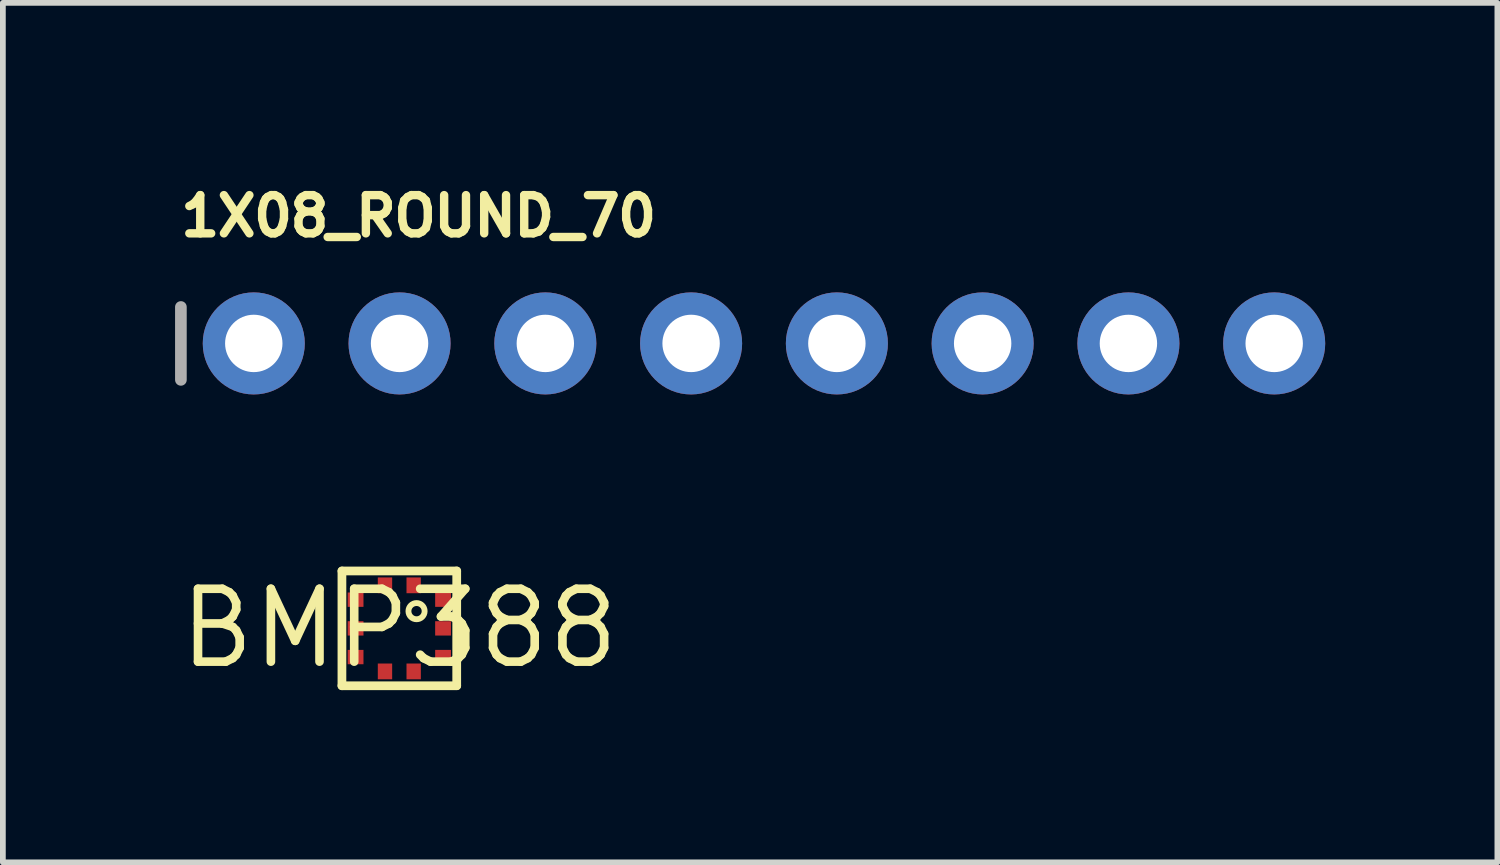
<source format=kicad_pcb>
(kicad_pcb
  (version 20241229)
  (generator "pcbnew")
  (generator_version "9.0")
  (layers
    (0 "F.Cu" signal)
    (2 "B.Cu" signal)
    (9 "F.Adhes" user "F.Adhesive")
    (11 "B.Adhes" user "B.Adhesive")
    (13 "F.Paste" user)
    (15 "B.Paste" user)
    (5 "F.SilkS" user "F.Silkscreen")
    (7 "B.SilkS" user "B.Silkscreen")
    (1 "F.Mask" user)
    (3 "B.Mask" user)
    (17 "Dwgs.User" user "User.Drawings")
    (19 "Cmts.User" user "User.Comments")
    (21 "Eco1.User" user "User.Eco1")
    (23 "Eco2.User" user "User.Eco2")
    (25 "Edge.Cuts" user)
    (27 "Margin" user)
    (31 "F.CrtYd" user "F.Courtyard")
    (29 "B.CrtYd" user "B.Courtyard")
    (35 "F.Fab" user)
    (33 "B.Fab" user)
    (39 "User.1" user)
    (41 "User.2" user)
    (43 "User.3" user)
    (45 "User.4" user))
  (footprint "BMP388"
    (layer "F.Cu")
    (at 3.908 7.899)
    (property "Reference" "BMP388" (at 0 0 0) (layer "F.SilkS") (effects (font (size 1.27 1.27) (thickness 0.15))))
    (fp_line (start -1 -1) (end 1 -1) (stroke (width 0.152) (type solid)) (layer "F.SilkS"))
    (fp_line (start -1 1) (end -1 -1) (stroke (width 0.152) (type solid)) (layer "F.SilkS"))
    (fp_line (start 1 -1) (end 1 1) (stroke (width 0.152) (type solid)) (layer "F.SilkS"))
    (fp_line (start 1 1) (end -1 1) (stroke (width 0.152) (type solid)) (layer "F.SilkS"))
    (fp_circle (center 0.3 -0.3) (end 0.441 -0.3) (stroke (width 0.102) (type solid)) (fill no) (layer "F.SilkS"))
    (pad "1" smd rect (at 0.25 -0.75 180) (size 0.25 0.275) (layers "F.Cu" "F.Mask" "F.Paste"))
    (pad "2" smd rect (at -0.25 -0.75 180) (size 0.25 0.275) (layers "F.Cu" "F.Mask" "F.Paste"))
    (pad "3" smd rect (at -0.762 -0.5 90) (size 0.25 0.275) (layers "F.Cu" "F.Mask" "F.Paste"))
    (pad "4" smd rect (at -0.762 0 90) (size 0.25 0.275) (layers "F.Cu" "F.Mask" "F.Paste"))
    (pad "5" smd rect (at -0.762 0.5 90) (size 0.25 0.275) (layers "F.Cu" "F.Mask" "F.Paste"))
    (pad "6" smd rect (at -0.25 0.75 180) (size 0.25 0.275) (layers "F.Cu" "F.Mask" "F.Paste"))
    (pad "7" smd rect (at 0.25 0.75 180) (size 0.25 0.275) (layers "F.Cu" "F.Mask" "F.Paste"))
    (pad "8" smd rect (at 0.762 0.5 90) (size 0.25 0.275) (layers "F.Cu" "F.Mask" "F.Paste"))
    (pad "9" smd rect (at 0.762 0 90) (size 0.25 0.275) (layers "F.Cu" "F.Mask" "F.Paste"))
    (pad "10" smd rect (at 0.762 -0.5 90) (size 0.25 0.275) (layers "F.Cu" "F.Mask" "F.Paste")))
  (footprint "1X08_ROUND_70"
    (layer "F.Cu")
    (at 10.262 2.934)
    (property "Reference" "1X08_ROUND_70" (at -10.236 -1.829 0) (layer "F.SilkS") (effects (font (size 0.666 0.666) (thickness 0.146)) (justify left bottom)))
    (fp_line (start -10.16 -0.635) (end -10.16 0.635) (stroke (width 0.203) (type solid)) (layer "F.Fab"))
    (fp_poly (pts (xy -9.144 0.254) (xy -8.636 0.254) (xy -8.636 -0.254) (xy -9.144 -0.254)) (stroke (width 0.1) (type default)) (fill no) (layer "F.Fab"))
    (fp_poly (pts (xy -6.604 0.254) (xy -6.096 0.254) (xy -6.096 -0.254) (xy -6.604 -0.254)) (stroke (width 0.1) (type default)) (fill no) (layer "F.Fab"))
    (fp_poly (pts (xy -4.064 0.254) (xy -3.556 0.254) (xy -3.556 -0.254) (xy -4.064 -0.254)) (stroke (width 0.1) (type default)) (fill no) (layer "F.Fab"))
    (fp_poly (pts (xy -1.524 0.254) (xy -1.016 0.254) (xy -1.016 -0.254) (xy -1.524 -0.254)) (stroke (width 0.1) (type default)) (fill no) (layer "F.Fab"))
    (fp_poly (pts (xy 1.016 0.254) (xy 1.524 0.254) (xy 1.524 -0.254) (xy 1.016 -0.254)) (stroke (width 0.1) (type default)) (fill no) (layer "F.Fab"))
    (fp_poly (pts (xy 3.556 0.254) (xy 4.064 0.254) (xy 4.064 -0.254) (xy 3.556 -0.254)) (stroke (width 0.1) (type default)) (fill no) (layer "F.Fab"))
    (fp_poly (pts (xy 6.096 0.254) (xy 6.604 0.254) (xy 6.604 -0.254) (xy 6.096 -0.254)) (stroke (width 0.1) (type default)) (fill no) (layer "F.Fab"))
    (fp_poly (pts (xy 8.636 0.254) (xy 9.144 0.254) (xy 9.144 -0.254) (xy 8.636 -0.254)) (stroke (width 0.1) (type default)) (fill no) (layer "F.Fab"))
    (pad "1" thru_hole circle (at -8.89 0 90) (size 1.778 1.778) (drill 1) (layers "*.Cu" "*.Mask"))
    (pad "2" thru_hole circle (at -6.35 0 90) (size 1.778 1.778) (drill 1) (layers "*.Cu" "*.Mask"))
    (pad "3" thru_hole circle (at -3.81 0 90) (size 1.778 1.778) (drill 1) (layers "*.Cu" "*.Mask"))
    (pad "4" thru_hole circle (at -1.27 0 90) (size 1.778 1.778) (drill 1) (layers "*.Cu" "*.Mask"))
    (pad "5" thru_hole circle (at 1.27 0 90) (size 1.778 1.778) (drill 1) (layers "*.Cu" "*.Mask"))
    (pad "6" thru_hole circle (at 3.81 0 90) (size 1.778 1.778) (drill 1) (layers "*.Cu" "*.Mask"))
    (pad "7" thru_hole circle (at 6.35 0 90) (size 1.778 1.778) (drill 1) (layers "*.Cu" "*.Mask"))
    (pad "8" thru_hole circle (at 8.89 0 90) (size 1.778 1.778) (drill 1) (layers "*.Cu" "*.Mask")))
  (gr_rect
    (start -3 -3)
    (end 23.041 11.976)
    (stroke (width 0.1) (type default))
    (fill no)
    (layer "Edge.Cuts")))
</source>
